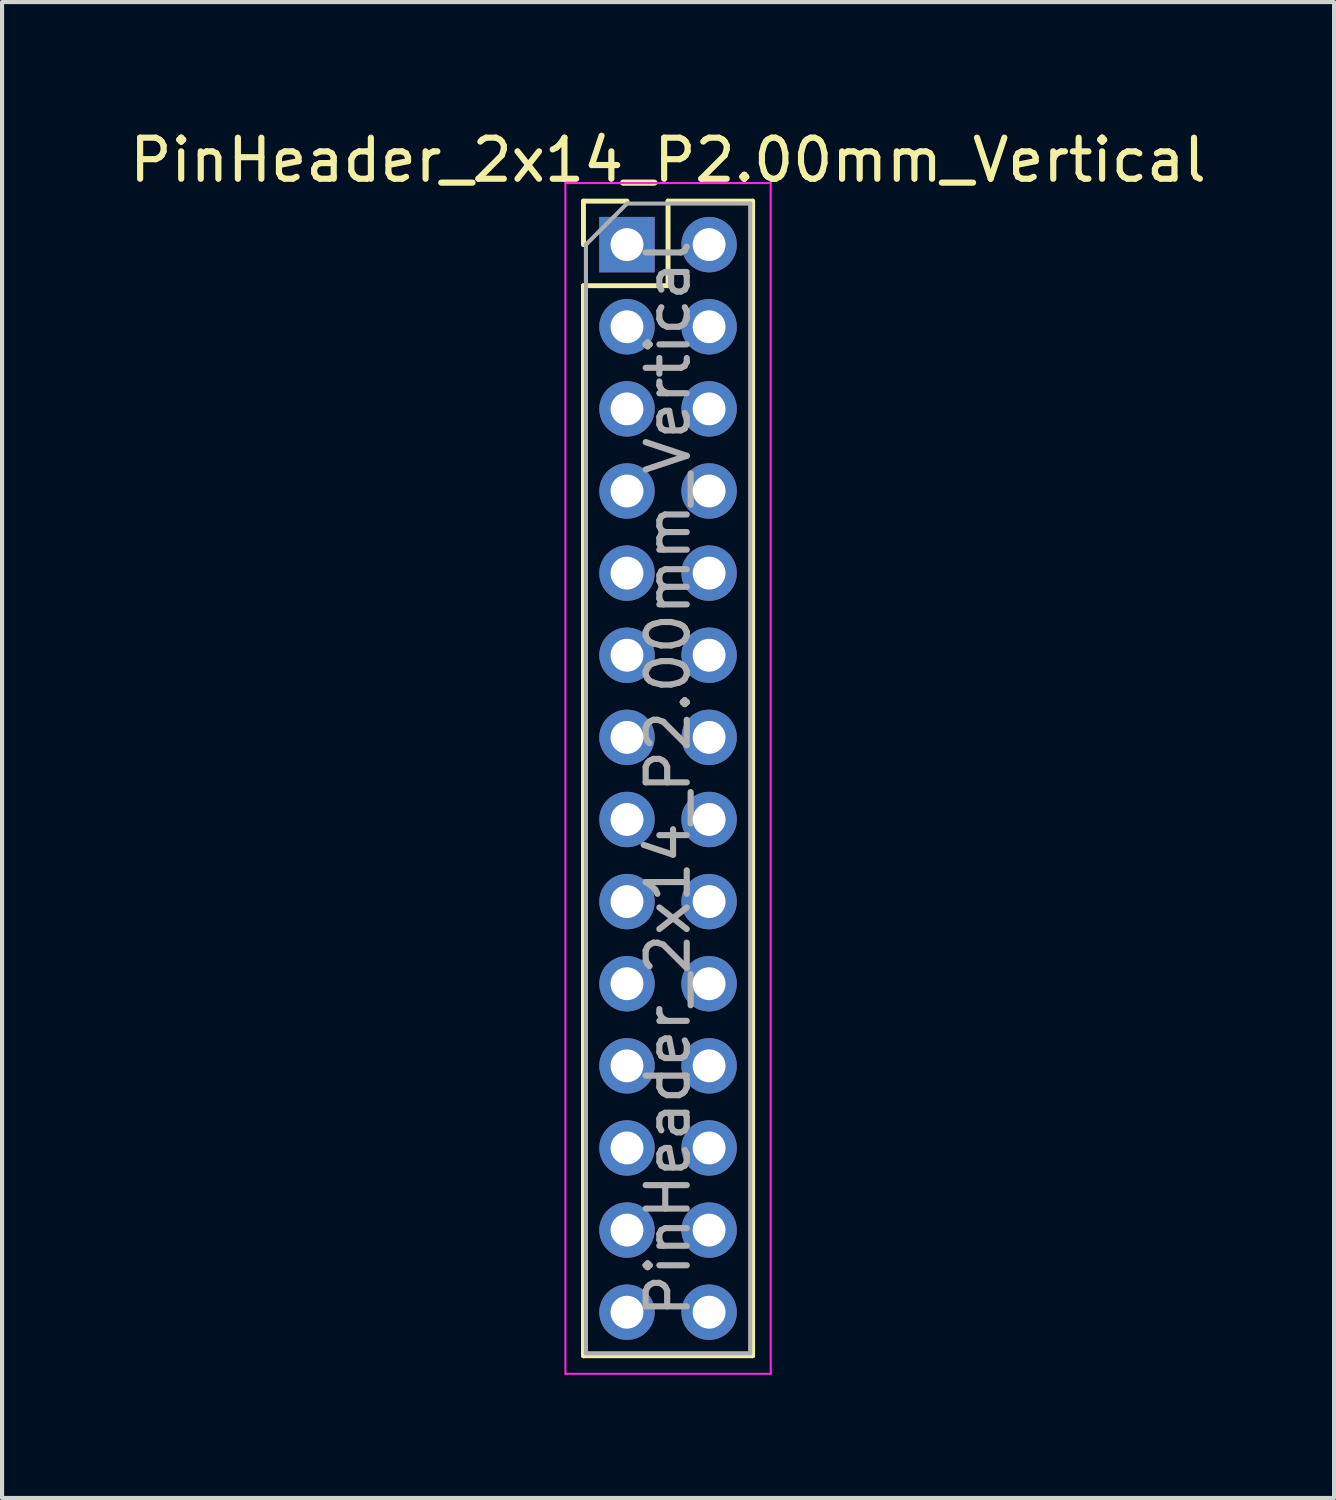
<source format=kicad_pcb>
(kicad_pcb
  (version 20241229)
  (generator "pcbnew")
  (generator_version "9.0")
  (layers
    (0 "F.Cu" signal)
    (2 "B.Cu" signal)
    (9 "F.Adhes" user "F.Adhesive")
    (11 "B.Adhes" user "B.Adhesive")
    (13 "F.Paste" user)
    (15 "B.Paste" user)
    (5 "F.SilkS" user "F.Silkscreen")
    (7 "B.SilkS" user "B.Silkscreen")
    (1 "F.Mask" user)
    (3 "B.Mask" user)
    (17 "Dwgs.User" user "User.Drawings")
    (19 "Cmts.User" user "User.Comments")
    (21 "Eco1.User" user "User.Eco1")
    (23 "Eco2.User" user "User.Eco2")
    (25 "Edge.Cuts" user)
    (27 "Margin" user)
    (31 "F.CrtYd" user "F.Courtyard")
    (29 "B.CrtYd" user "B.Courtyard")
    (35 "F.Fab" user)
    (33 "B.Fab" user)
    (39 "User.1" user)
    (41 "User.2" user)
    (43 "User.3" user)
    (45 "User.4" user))
  (footprint "PinHeader_2x14_P2.00mm_Vertical"
    (layer "F.Cu")
    (at 12.22 2.908)
    (property "Reference" "PinHeader_2x14_P2.00mm_Vertical" (at 1 -2.06 0) (layer "F.SilkS") (effects (font (size 1 1) (thickness 0.15))))
    (attr through_hole)
    (fp_line (start -1.06 -1.06) (end 0 -1.06) (stroke (width 0.12) (type solid)) (layer "F.SilkS"))
    (fp_line (start -1.06 0) (end -1.06 -1.06) (stroke (width 0.12) (type solid)) (layer "F.SilkS"))
    (fp_line (start -1.06 1) (end -1.06 27.06) (stroke (width 0.12) (type solid)) (layer "F.SilkS"))
    (fp_line (start -1.06 1) (end 1 1) (stroke (width 0.12) (type solid)) (layer "F.SilkS"))
    (fp_line (start -1.06 27.06) (end 3.06 27.06) (stroke (width 0.12) (type solid)) (layer "F.SilkS"))
    (fp_line (start 1 -1.06) (end 3.06 -1.06) (stroke (width 0.12) (type solid)) (layer "F.SilkS"))
    (fp_line (start 1 1) (end 1 -1.06) (stroke (width 0.12) (type solid)) (layer "F.SilkS"))
    (fp_line (start 3.06 -1.06) (end 3.06 27.06) (stroke (width 0.12) (type solid)) (layer "F.SilkS"))
    (fp_line (start -1.5 -1.5) (end -1.5 27.5) (stroke (width 0.05) (type solid)) (layer "F.CrtYd"))
    (fp_line (start -1.5 27.5) (end 3.5 27.5) (stroke (width 0.05) (type solid)) (layer "F.CrtYd"))
    (fp_line (start 3.5 -1.5) (end -1.5 -1.5) (stroke (width 0.05) (type solid)) (layer "F.CrtYd"))
    (fp_line (start 3.5 27.5) (end 3.5 -1.5) (stroke (width 0.05) (type solid)) (layer "F.CrtYd"))
    (fp_line (start -1 0) (end 0 -1) (stroke (width 0.1) (type solid)) (layer "F.Fab"))
    (fp_line (start -1 27) (end -1 0) (stroke (width 0.1) (type solid)) (layer "F.Fab"))
    (fp_line (start 0 -1) (end 3 -1) (stroke (width 0.1) (type solid)) (layer "F.Fab"))
    (fp_line (start 3 -1) (end 3 27) (stroke (width 0.1) (type solid)) (layer "F.Fab"))
    (fp_line (start 3 27) (end -1 27) (stroke (width 0.1) (type solid)) (layer "F.Fab"))
    (fp_text user "${REFERENCE}" (at 1 13 90) (layer "F.Fab") (effects (font (size 1 1) (thickness 0.15))))
    (pad "1" thru_hole rect (at 0 0) (size 1.35 1.35) (drill 0.8) (layers "*.Cu" "*.Mask"))
    (pad "2" thru_hole oval (at 2 0) (size 1.35 1.35) (drill 0.8) (layers "*.Cu" "*.Mask"))
    (pad "3" thru_hole oval (at 0 2) (size 1.35 1.35) (drill 0.8) (layers "*.Cu" "*.Mask"))
    (pad "4" thru_hole oval (at 2 2) (size 1.35 1.35) (drill 0.8) (layers "*.Cu" "*.Mask"))
    (pad "5" thru_hole oval (at 0 4) (size 1.35 1.35) (drill 0.8) (layers "*.Cu" "*.Mask"))
    (pad "6" thru_hole oval (at 2 4) (size 1.35 1.35) (drill 0.8) (layers "*.Cu" "*.Mask"))
    (pad "7" thru_hole oval (at 0 6) (size 1.35 1.35) (drill 0.8) (layers "*.Cu" "*.Mask"))
    (pad "8" thru_hole oval (at 2 6) (size 1.35 1.35) (drill 0.8) (layers "*.Cu" "*.Mask"))
    (pad "9" thru_hole oval (at 0 8) (size 1.35 1.35) (drill 0.8) (layers "*.Cu" "*.Mask"))
    (pad "10" thru_hole oval (at 2 8) (size 1.35 1.35) (drill 0.8) (layers "*.Cu" "*.Mask"))
    (pad "11" thru_hole oval (at 0 10) (size 1.35 1.35) (drill 0.8) (layers "*.Cu" "*.Mask"))
    (pad "12" thru_hole oval (at 2 10) (size 1.35 1.35) (drill 0.8) (layers "*.Cu" "*.Mask"))
    (pad "13" thru_hole oval (at 0 12) (size 1.35 1.35) (drill 0.8) (layers "*.Cu" "*.Mask"))
    (pad "14" thru_hole oval (at 2 12) (size 1.35 1.35) (drill 0.8) (layers "*.Cu" "*.Mask"))
    (pad "15" thru_hole oval (at 0 14) (size 1.35 1.35) (drill 0.8) (layers "*.Cu" "*.Mask"))
    (pad "16" thru_hole oval (at 2 14) (size 1.35 1.35) (drill 0.8) (layers "*.Cu" "*.Mask"))
    (pad "17" thru_hole oval (at 0 16) (size 1.35 1.35) (drill 0.8) (layers "*.Cu" "*.Mask"))
    (pad "18" thru_hole oval (at 2 16) (size 1.35 1.35) (drill 0.8) (layers "*.Cu" "*.Mask"))
    (pad "19" thru_hole oval (at 0 18) (size 1.35 1.35) (drill 0.8) (layers "*.Cu" "*.Mask"))
    (pad "20" thru_hole oval (at 2 18) (size 1.35 1.35) (drill 0.8) (layers "*.Cu" "*.Mask"))
    (pad "21" thru_hole oval (at 0 20) (size 1.35 1.35) (drill 0.8) (layers "*.Cu" "*.Mask"))
    (pad "22" thru_hole oval (at 2 20) (size 1.35 1.35) (drill 0.8) (layers "*.Cu" "*.Mask"))
    (pad "23" thru_hole oval (at 0 22) (size 1.35 1.35) (drill 0.8) (layers "*.Cu" "*.Mask"))
    (pad "24" thru_hole oval (at 2 22) (size 1.35 1.35) (drill 0.8) (layers "*.Cu" "*.Mask"))
    (pad "25" thru_hole oval (at 0 24) (size 1.35 1.35) (drill 0.8) (layers "*.Cu" "*.Mask"))
    (pad "26" thru_hole oval (at 2 24) (size 1.35 1.35) (drill 0.8) (layers "*.Cu" "*.Mask"))
    (pad "27" thru_hole oval (at 0 26) (size 1.35 1.35) (drill 0.8) (layers "*.Cu" "*.Mask"))
    (pad "28" thru_hole oval (at 2 26) (size 1.35 1.35) (drill 0.8) (layers "*.Cu" "*.Mask")))
  (gr_rect
    (start -3 -3)
    (end 29.44 33.433)
    (stroke (width 0.1) (type default))
    (fill no)
    (layer "Edge.Cuts")))
</source>
